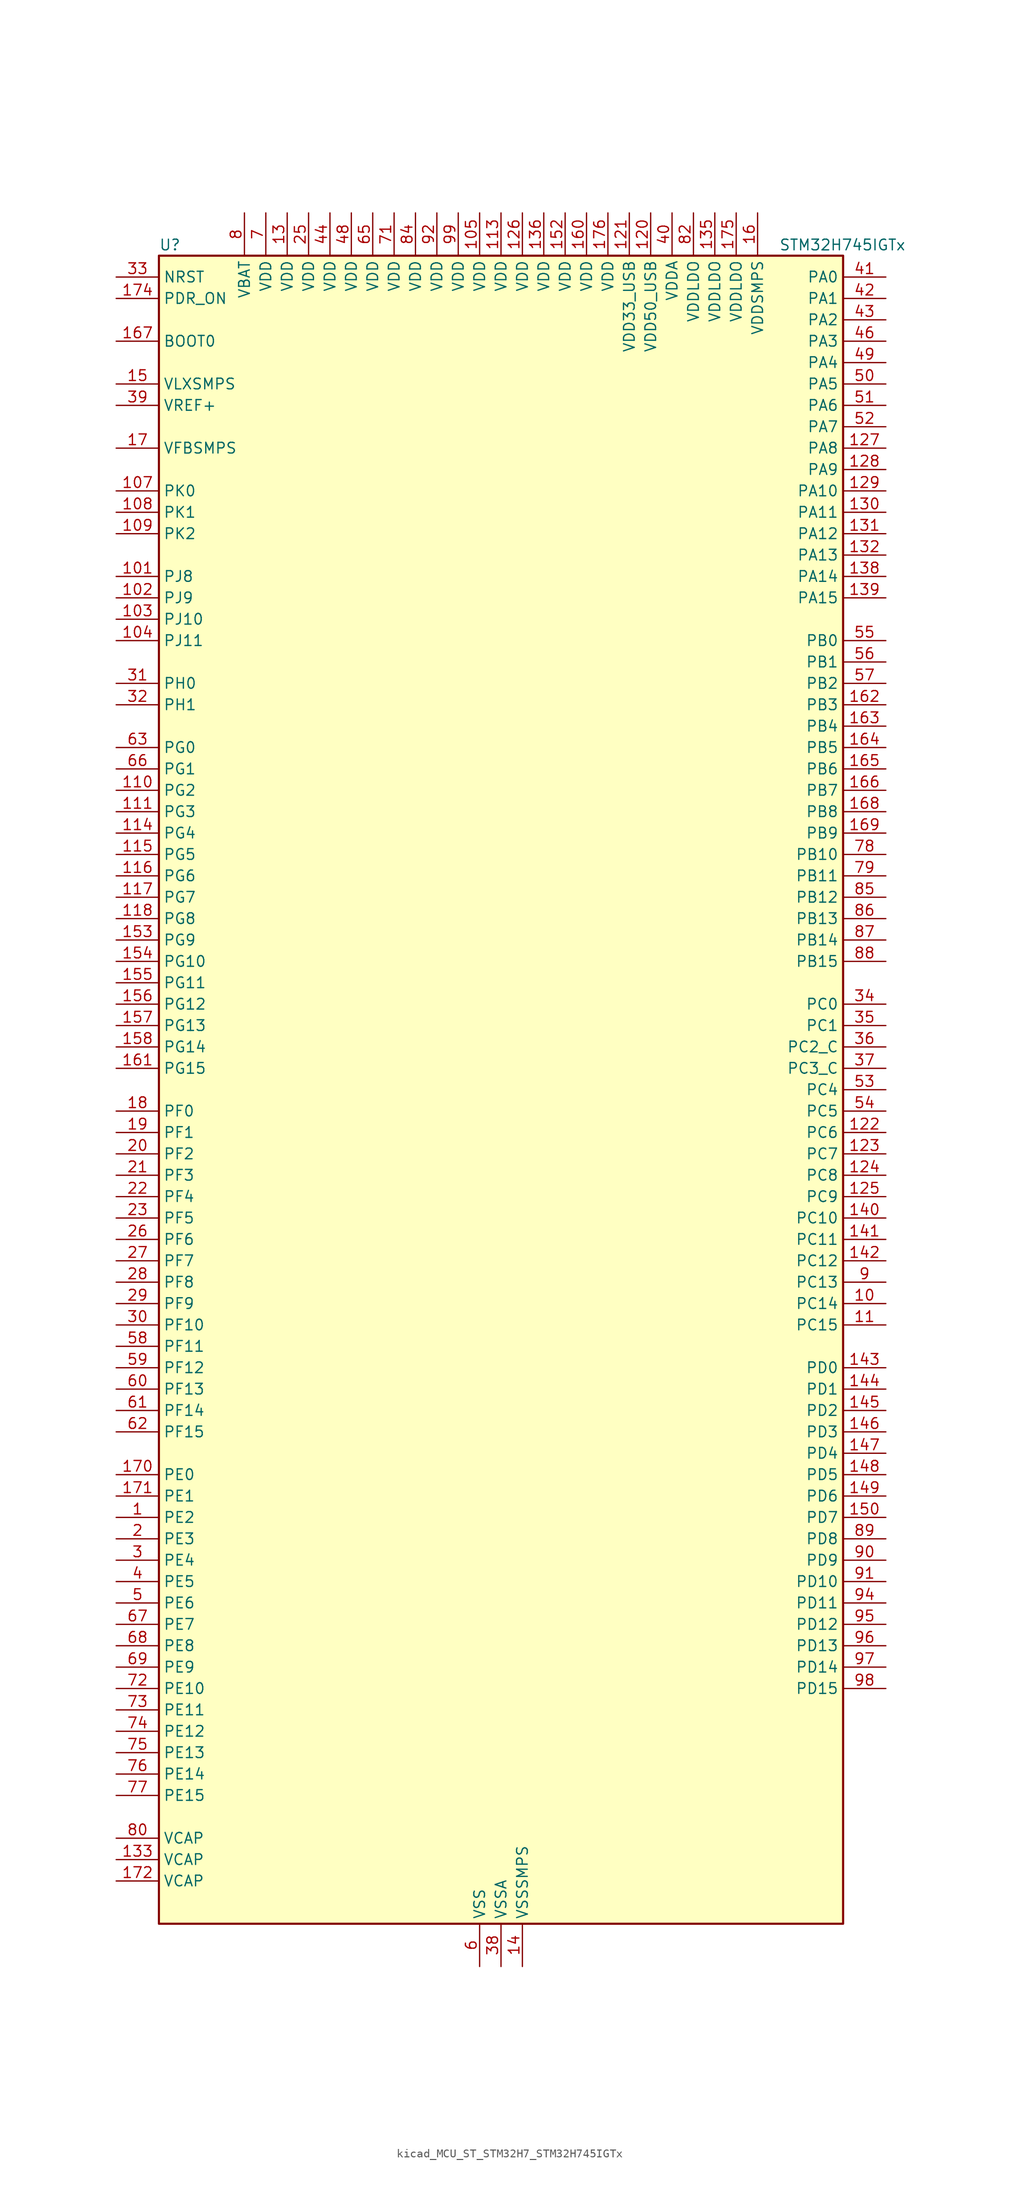
<source format=kicad_sym>
(kicad_symbol_lib
  (version 20220914)
  (generator kicad_symbol_editor)
  (symbol "kicad_MCU_ST_STM32H7_STM32H745IGTx"
    (property "Reference" "U"
      (at -40.64 100.33 0)
      (effects (font (size 1.27 1.27)) (justify left)))
    (property "Value" "STM32H745IGTx"
      (at 33.02 100.33 0)
      (effects (font (size 1.27 1.27)) (justify left)))
    (property "ki_locked" ""
      (at 0 0 0)
      (effects (font (size 1.27 1.27))))
    (symbol "kicad_MCU_ST_STM32H7_STM32H745IGTx_0_1"
      (rectangle (start -40.64 -99.06) (end 40.64 99.06) (stroke (width 0.254) (type default)) (fill (type background))))
    (symbol "kicad_MCU_ST_STM32H7_STM32H745IGTx_1_1"
      (pin bidirectional line (at -45.72 -50.8 0) (length 5.08) (name "PE2" (effects (font (size 1.27 1.27)))) (number "1" (effects (font (size 1.27 1.27)))) (alternate "DEBUG_TRACECLK" bidirectional line) (alternate "ETH_TXD3" bidirectional line) (alternate "FMC_A23" bidirectional line) (alternate "QUADSPI_BK1_IO2" bidirectional line) (alternate "SAI1_CK1" bidirectional line) (alternate "SAI1_MCLK_A" bidirectional line) (alternate "SAI4_CK1" bidirectional line) (alternate "SAI4_MCLK_A" bidirectional line) (alternate "SPI4_SCK" bidirectional line))
      (pin bidirectional line (at 45.72 -25.4 180) (length 5.08) (name "PC14" (effects (font (size 1.27 1.27)))) (number "10" (effects (font (size 1.27 1.27)))) (alternate "RCC_OSC32_IN" bidirectional line))
      (pin passive line (at -2.54 -104.14 90) (length 5.08) hide (name "VSS" (effects (font (size 1.27 1.27)))) (number "100" (effects (font (size 1.27 1.27)))))
      (pin bidirectional line (at -45.72 60.96 0) (length 5.08) (name "PJ8" (effects (font (size 1.27 1.27)))) (number "101" (effects (font (size 1.27 1.27)))) (alternate "LTDC_G1" bidirectional line) (alternate "TIM1_CH3N" bidirectional line) (alternate "TIM8_CH1" bidirectional line) (alternate "UART8_TX" bidirectional line))
      (pin bidirectional line (at -45.72 58.42 0) (length 5.08) (name "PJ9" (effects (font (size 1.27 1.27)))) (number "102" (effects (font (size 1.27 1.27)))) (alternate "DAC1_EXTI9" bidirectional line) (alternate "LTDC_G2" bidirectional line) (alternate "TIM1_CH3" bidirectional line) (alternate "TIM8_CH1N" bidirectional line) (alternate "UART8_RX" bidirectional line))
      (pin bidirectional line (at -45.72 55.88 0) (length 5.08) (name "PJ10" (effects (font (size 1.27 1.27)))) (number "103" (effects (font (size 1.27 1.27)))) (alternate "LTDC_G3" bidirectional line) (alternate "SPI5_MOSI" bidirectional line) (alternate "TIM1_CH2N" bidirectional line) (alternate "TIM8_CH2" bidirectional line))
      (pin bidirectional line (at -45.72 53.34 0) (length 5.08) (name "PJ11" (effects (font (size 1.27 1.27)))) (number "104" (effects (font (size 1.27 1.27)))) (alternate "ADC1_EXTI11" bidirectional line) (alternate "ADC2_EXTI11" bidirectional line) (alternate "ADC3_EXTI11" bidirectional line) (alternate "LTDC_G4" bidirectional line) (alternate "SPI5_MISO" bidirectional line) (alternate "TIM1_CH2" bidirectional line) (alternate "TIM8_CH2N" bidirectional line))
      (pin power_in line (at -2.54 104.14 270) (length 5.08) (name "VDD" (effects (font (size 1.27 1.27)))) (number "105" (effects (font (size 1.27 1.27)))))
      (pin passive line (at -2.54 -104.14 90) (length 5.08) hide (name "VSS" (effects (font (size 1.27 1.27)))) (number "106" (effects (font (size 1.27 1.27)))))
      (pin bidirectional line (at -45.72 71.12 0) (length 5.08) (name "PK0" (effects (font (size 1.27 1.27)))) (number "107" (effects (font (size 1.27 1.27)))) (alternate "LTDC_G5" bidirectional line) (alternate "SPI5_SCK" bidirectional line) (alternate "TIM1_CH1N" bidirectional line) (alternate "TIM8_CH3" bidirectional line))
      (pin bidirectional line (at -45.72 68.58 0) (length 5.08) (name "PK1" (effects (font (size 1.27 1.27)))) (number "108" (effects (font (size 1.27 1.27)))) (alternate "LTDC_G6" bidirectional line) (alternate "SPI5_NSS" bidirectional line) (alternate "TIM1_CH1" bidirectional line) (alternate "TIM8_CH3N" bidirectional line))
      (pin bidirectional line (at -45.72 66.04 0) (length 5.08) (name "PK2" (effects (font (size 1.27 1.27)))) (number "109" (effects (font (size 1.27 1.27)))) (alternate "LTDC_G7" bidirectional line) (alternate "TIM1_BKIN" bidirectional line) (alternate "TIM1_BKIN_COMP1" bidirectional line) (alternate "TIM1_BKIN_COMP2" bidirectional line) (alternate "TIM8_BKIN" bidirectional line) (alternate "TIM8_BKIN_COMP1" bidirectional line) (alternate "TIM8_BKIN_COMP2" bidirectional line))
      (pin bidirectional line (at 45.72 -27.94 180) (length 5.08) (name "PC15" (effects (font (size 1.27 1.27)))) (number "11" (effects (font (size 1.27 1.27)))) (alternate "ADC1_EXTI15" bidirectional line) (alternate "ADC2_EXTI15" bidirectional line) (alternate "ADC3_EXTI15" bidirectional line) (alternate "RCC_OSC32_OUT" bidirectional line))
      (pin bidirectional line (at -45.72 35.56 0) (length 5.08) (name "PG2" (effects (font (size 1.27 1.27)))) (number "110" (effects (font (size 1.27 1.27)))) (alternate "FMC_A12" bidirectional line) (alternate "TIM8_BKIN" bidirectional line) (alternate "TIM8_BKIN_COMP1" bidirectional line) (alternate "TIM8_BKIN_COMP2" bidirectional line))
      (pin bidirectional line (at -45.72 33.02 0) (length 5.08) (name "PG3" (effects (font (size 1.27 1.27)))) (number "111" (effects (font (size 1.27 1.27)))) (alternate "FMC_A13" bidirectional line) (alternate "TIM8_BKIN2" bidirectional line) (alternate "TIM8_BKIN2_COMP1" bidirectional line) (alternate "TIM8_BKIN2_COMP2" bidirectional line))
      (pin passive line (at -2.54 -104.14 90) (length 5.08) hide (name "VSS" (effects (font (size 1.27 1.27)))) (number "112" (effects (font (size 1.27 1.27)))))
      (pin power_in line (at 0 104.14 270) (length 5.08) (name "VDD" (effects (font (size 1.27 1.27)))) (number "113" (effects (font (size 1.27 1.27)))))
      (pin bidirectional line (at -45.72 30.48 0) (length 5.08) (name "PG4" (effects (font (size 1.27 1.27)))) (number "114" (effects (font (size 1.27 1.27)))) (alternate "FMC_A14" bidirectional line) (alternate "FMC_BA0" bidirectional line) (alternate "TIM1_BKIN2" bidirectional line) (alternate "TIM1_BKIN2_COMP1" bidirectional line) (alternate "TIM1_BKIN2_COMP2" bidirectional line))
      (pin bidirectional line (at -45.72 27.94 0) (length 5.08) (name "PG5" (effects (font (size 1.27 1.27)))) (number "115" (effects (font (size 1.27 1.27)))) (alternate "FMC_A15" bidirectional line) (alternate "FMC_BA1" bidirectional line) (alternate "TIM1_ETR" bidirectional line))
      (pin bidirectional line (at -45.72 25.4 0) (length 5.08) (name "PG6" (effects (font (size 1.27 1.27)))) (number "116" (effects (font (size 1.27 1.27)))) (alternate "DCMI_D12" bidirectional line) (alternate "FMC_NE3" bidirectional line) (alternate "HRTIM_CHE1" bidirectional line) (alternate "LTDC_R7" bidirectional line) (alternate "QUADSPI_BK1_NCS" bidirectional line) (alternate "TIM17_BKIN" bidirectional line))
      (pin bidirectional line (at -45.72 22.86 0) (length 5.08) (name "PG7" (effects (font (size 1.27 1.27)))) (number "117" (effects (font (size 1.27 1.27)))) (alternate "DCMI_D13" bidirectional line) (alternate "FMC_INT" bidirectional line) (alternate "HRTIM_CHE2" bidirectional line) (alternate "LTDC_CLK" bidirectional line) (alternate "SAI1_MCLK_A" bidirectional line) (alternate "USART6_CK" bidirectional line))
      (pin bidirectional line (at -45.72 20.32 0) (length 5.08) (name "PG8" (effects (font (size 1.27 1.27)))) (number "118" (effects (font (size 1.27 1.27)))) (alternate "ETH_PPS_OUT" bidirectional line) (alternate "FMC_SDCLK" bidirectional line) (alternate "LTDC_G7" bidirectional line) (alternate "SPDIFRX1_IN2" bidirectional line) (alternate "SPI6_NSS" bidirectional line) (alternate "TIM8_ETR" bidirectional line) (alternate "USART6_DE" bidirectional line) (alternate "USART6_RTS" bidirectional line))
      (pin passive line (at -2.54 -104.14 90) (length 5.08) hide (name "VSS" (effects (font (size 1.27 1.27)))) (number "119" (effects (font (size 1.27 1.27)))))
      (pin passive line (at -2.54 -104.14 90) (length 5.08) hide (name "VSS" (effects (font (size 1.27 1.27)))) (number "12" (effects (font (size 1.27 1.27)))))
      (pin power_in line (at 17.78 104.14 270) (length 5.08) (name "VDD50_USB" (effects (font (size 1.27 1.27)))) (number "120" (effects (font (size 1.27 1.27)))))
      (pin power_in line (at 15.24 104.14 270) (length 5.08) (name "VDD33_USB" (effects (font (size 1.27 1.27)))) (number "121" (effects (font (size 1.27 1.27)))))
      (pin bidirectional line (at 45.72 -5.08 180) (length 5.08) (name "PC6" (effects (font (size 1.27 1.27)))) (number "122" (effects (font (size 1.27 1.27)))) (alternate "DCMI_D0" bidirectional line) (alternate "DFSDM1_CKIN3" bidirectional line) (alternate "FMC_NWAIT" bidirectional line) (alternate "HRTIM_CHA1" bidirectional line) (alternate "I2S2_MCK" bidirectional line) (alternate "LTDC_HSYNC" bidirectional line) (alternate "SDMMC1_D0DIR" bidirectional line) (alternate "SDMMC1_D6" bidirectional line) (alternate "SDMMC2_D6" bidirectional line) (alternate "SWPMI1_IO" bidirectional line) (alternate "TIM3_CH1" bidirectional line) (alternate "TIM8_CH1" bidirectional line) (alternate "USART6_TX" bidirectional line))
      (pin bidirectional line (at 45.72 -7.62 180) (length 5.08) (name "PC7" (effects (font (size 1.27 1.27)))) (number "123" (effects (font (size 1.27 1.27)))) (alternate "DCMI_D1" bidirectional line) (alternate "DEBUG_TRGIO" bidirectional line) (alternate "DFSDM1_DATIN3" bidirectional line) (alternate "FMC_NE1" bidirectional line) (alternate "HRTIM_CHA2" bidirectional line) (alternate "I2S3_MCK" bidirectional line) (alternate "LTDC_G6" bidirectional line) (alternate "SDMMC1_D123DIR" bidirectional line) (alternate "SDMMC1_D7" bidirectional line) (alternate "SDMMC2_D7" bidirectional line) (alternate "SWPMI1_TX" bidirectional line) (alternate "TIM3_CH2" bidirectional line) (alternate "TIM8_CH2" bidirectional line) (alternate "USART6_RX" bidirectional line))
      (pin bidirectional line (at 45.72 -10.16 180) (length 5.08) (name "PC8" (effects (font (size 1.27 1.27)))) (number "124" (effects (font (size 1.27 1.27)))) (alternate "DCMI_D2" bidirectional line) (alternate "DEBUG_TRACED1" bidirectional line) (alternate "FMC_NCE" bidirectional line) (alternate "FMC_NE2" bidirectional line) (alternate "HRTIM_CHB1" bidirectional line) (alternate "SDMMC1_D0" bidirectional line) (alternate "SWPMI1_RX" bidirectional line) (alternate "TIM3_CH3" bidirectional line) (alternate "TIM8_CH3" bidirectional line) (alternate "UART5_DE" bidirectional line) (alternate "UART5_RTS" bidirectional line) (alternate "USART6_CK" bidirectional line))
      (pin bidirectional line (at 45.72 -12.7 180) (length 5.08) (name "PC9" (effects (font (size 1.27 1.27)))) (number "125" (effects (font (size 1.27 1.27)))) (alternate "DAC1_EXTI9" bidirectional line) (alternate "DCMI_D3" bidirectional line) (alternate "I2C3_SDA" bidirectional line) (alternate "I2S_CKIN" bidirectional line) (alternate "LTDC_B2" bidirectional line) (alternate "LTDC_G3" bidirectional line) (alternate "QUADSPI_BK1_IO0" bidirectional line) (alternate "RCC_MCO_2" bidirectional line) (alternate "SDMMC1_D1" bidirectional line) (alternate "SWPMI1_SUSPEND" bidirectional line) (alternate "TIM3_CH4" bidirectional line) (alternate "TIM8_CH4" bidirectional line) (alternate "UART5_CTS" bidirectional line))
      (pin power_in line (at 2.54 104.14 270) (length 5.08) (name "VDD" (effects (font (size 1.27 1.27)))) (number "126" (effects (font (size 1.27 1.27)))))
      (pin bidirectional line (at 45.72 76.2 180) (length 5.08) (name "PA8" (effects (font (size 1.27 1.27)))) (number "127" (effects (font (size 1.27 1.27)))) (alternate "HRTIM_CHB2" bidirectional line) (alternate "I2C3_SCL" bidirectional line) (alternate "LTDC_B3" bidirectional line) (alternate "LTDC_R6" bidirectional line) (alternate "RCC_MCO_1" bidirectional line) (alternate "TIM1_CH1" bidirectional line) (alternate "TIM8_BKIN2" bidirectional line) (alternate "TIM8_BKIN2_COMP1" bidirectional line) (alternate "TIM8_BKIN2_COMP2" bidirectional line) (alternate "UART7_RX" bidirectional line) (alternate "USART1_CK" bidirectional line) (alternate "USB_OTG_FS_SOF" bidirectional line))
      (pin bidirectional line (at 45.72 73.66 180) (length 5.08) (name "PA9" (effects (font (size 1.27 1.27)))) (number "128" (effects (font (size 1.27 1.27)))) (alternate "DAC1_EXTI9" bidirectional line) (alternate "DCMI_D0" bidirectional line) (alternate "HRTIM_CHC1" bidirectional line) (alternate "I2C3_SMBA" bidirectional line) (alternate "I2S2_CK" bidirectional line) (alternate "LPUART1_TX" bidirectional line) (alternate "LTDC_R5" bidirectional line) (alternate "SPI2_SCK" bidirectional line) (alternate "TIM1_CH2" bidirectional line) (alternate "USART1_TX" bidirectional line) (alternate "USB_OTG_FS_VBUS" bidirectional line))
      (pin bidirectional line (at 45.72 71.12 180) (length 5.08) (name "PA10" (effects (font (size 1.27 1.27)))) (number "129" (effects (font (size 1.27 1.27)))) (alternate "DCMI_D1" bidirectional line) (alternate "HRTIM_CHC2" bidirectional line) (alternate "LPUART1_RX" bidirectional line) (alternate "LTDC_B1" bidirectional line) (alternate "LTDC_B4" bidirectional line) (alternate "MDIOS_MDIO" bidirectional line) (alternate "TIM1_CH3" bidirectional line) (alternate "USART1_RX" bidirectional line) (alternate "USB_OTG_FS_ID" bidirectional line))
      (pin power_in line (at -25.4 104.14 270) (length 5.08) (name "VDD" (effects (font (size 1.27 1.27)))) (number "13" (effects (font (size 1.27 1.27)))))
      (pin bidirectional line (at 45.72 68.58 180) (length 5.08) (name "PA11" (effects (font (size 1.27 1.27)))) (number "130" (effects (font (size 1.27 1.27)))) (alternate "ADC1_EXTI11" bidirectional line) (alternate "ADC2_EXTI11" bidirectional line) (alternate "ADC3_EXTI11" bidirectional line) (alternate "FDCAN1_RX" bidirectional line) (alternate "HRTIM_CHD1" bidirectional line) (alternate "I2S2_WS" bidirectional line) (alternate "LPUART1_CTS" bidirectional line) (alternate "LTDC_R4" bidirectional line) (alternate "SPI2_NSS" bidirectional line) (alternate "TIM1_CH4" bidirectional line) (alternate "UART4_RX" bidirectional line) (alternate "USART1_CTS" bidirectional line) (alternate "USART1_NSS" bidirectional line) (alternate "USB_OTG_FS_DM" bidirectional line))
      (pin bidirectional line (at 45.72 66.04 180) (length 5.08) (name "PA12" (effects (font (size 1.27 1.27)))) (number "131" (effects (font (size 1.27 1.27)))) (alternate "FDCAN1_TX" bidirectional line) (alternate "HRTIM_CHD2" bidirectional line) (alternate "I2S2_CK" bidirectional line) (alternate "LPUART1_DE" bidirectional line) (alternate "LPUART1_RTS" bidirectional line) (alternate "LTDC_R5" bidirectional line) (alternate "SAI2_FS_B" bidirectional line) (alternate "SPI2_SCK" bidirectional line) (alternate "TIM1_ETR" bidirectional line) (alternate "UART4_TX" bidirectional line) (alternate "USART1_DE" bidirectional line) (alternate "USART1_RTS" bidirectional line) (alternate "USB_OTG_FS_DP" bidirectional line))
      (pin bidirectional line (at 45.72 63.5 180) (length 5.08) (name "PA13" (effects (font (size 1.27 1.27)))) (number "132" (effects (font (size 1.27 1.27)))) (alternate "DEBUG_JTMS-SWDIO" bidirectional line))
      (pin power_out line (at -45.72 -91.44 0) (length 5.08) (name "VCAP" (effects (font (size 1.27 1.27)))) (number "133" (effects (font (size 1.27 1.27)))))
      (pin passive line (at -2.54 -104.14 90) (length 5.08) hide (name "VSS" (effects (font (size 1.27 1.27)))) (number "134" (effects (font (size 1.27 1.27)))))
      (pin power_in line (at 25.4 104.14 270) (length 5.08) (name "VDDLDO" (effects (font (size 1.27 1.27)))) (number "135" (effects (font (size 1.27 1.27)))))
      (pin power_in line (at 5.08 104.14 270) (length 5.08) (name "VDD" (effects (font (size 1.27 1.27)))) (number "136" (effects (font (size 1.27 1.27)))))
      (pin passive line (at -2.54 -104.14 90) (length 5.08) hide (name "VSS" (effects (font (size 1.27 1.27)))) (number "137" (effects (font (size 1.27 1.27)))))
      (pin bidirectional line (at 45.72 60.96 180) (length 5.08) (name "PA14" (effects (font (size 1.27 1.27)))) (number "138" (effects (font (size 1.27 1.27)))) (alternate "DEBUG_JTCK-SWCLK" bidirectional line))
      (pin bidirectional line (at 45.72 58.42 180) (length 5.08) (name "PA15" (effects (font (size 1.27 1.27)))) (number "139" (effects (font (size 1.27 1.27)))) (alternate "ADC1_EXTI15" bidirectional line) (alternate "ADC2_EXTI15" bidirectional line) (alternate "ADC3_EXTI15" bidirectional line) (alternate "CEC" bidirectional line) (alternate "DEBUG_JTDI" bidirectional line) (alternate "HRTIM_FLT1" bidirectional line) (alternate "I2S1_WS" bidirectional line) (alternate "I2S3_WS" bidirectional line) (alternate "SPI1_NSS" bidirectional line) (alternate "SPI3_NSS" bidirectional line) (alternate "SPI6_NSS" bidirectional line) (alternate "TIM2_CH1" bidirectional line) (alternate "TIM2_ETR" bidirectional line) (alternate "UART4_DE" bidirectional line) (alternate "UART4_RTS" bidirectional line) (alternate "UART7_TX" bidirectional line))
      (pin power_in line (at 2.54 -104.14 90) (length 5.08) (name "VSSSMPS" (effects (font (size 1.27 1.27)))) (number "14" (effects (font (size 1.27 1.27)))))
      (pin bidirectional line (at 45.72 -15.24 180) (length 5.08) (name "PC10" (effects (font (size 1.27 1.27)))) (number "140" (effects (font (size 1.27 1.27)))) (alternate "DCMI_D8" bidirectional line) (alternate "DFSDM1_CKIN5" bidirectional line) (alternate "HRTIM_EEV1" bidirectional line) (alternate "I2S3_CK" bidirectional line) (alternate "LTDC_R2" bidirectional line) (alternate "QUADSPI_BK1_IO1" bidirectional line) (alternate "SDMMC1_D2" bidirectional line) (alternate "SPI3_SCK" bidirectional line) (alternate "UART4_TX" bidirectional line) (alternate "USART3_TX" bidirectional line))
      (pin bidirectional line (at 45.72 -17.78 180) (length 5.08) (name "PC11" (effects (font (size 1.27 1.27)))) (number "141" (effects (font (size 1.27 1.27)))) (alternate "ADC1_EXTI11" bidirectional line) (alternate "ADC2_EXTI11" bidirectional line) (alternate "ADC3_EXTI11" bidirectional line) (alternate "DCMI_D4" bidirectional line) (alternate "DFSDM1_DATIN5" bidirectional line) (alternate "HRTIM_FLT2" bidirectional line) (alternate "I2S3_SDI" bidirectional line) (alternate "QUADSPI_BK2_NCS" bidirectional line) (alternate "SDMMC1_D3" bidirectional line) (alternate "SPI3_MISO" bidirectional line) (alternate "UART4_RX" bidirectional line) (alternate "USART3_RX" bidirectional line))
      (pin bidirectional line (at 45.72 -20.32 180) (length 5.08) (name "PC12" (effects (font (size 1.27 1.27)))) (number "142" (effects (font (size 1.27 1.27)))) (alternate "DCMI_D9" bidirectional line) (alternate "DEBUG_TRACED3" bidirectional line) (alternate "HRTIM_EEV2" bidirectional line) (alternate "I2S3_SDO" bidirectional line) (alternate "SDMMC1_CK" bidirectional line) (alternate "SPI3_MOSI" bidirectional line) (alternate "UART5_TX" bidirectional line) (alternate "USART3_CK" bidirectional line))
      (pin bidirectional line (at 45.72 -33.02 180) (length 5.08) (name "PD0" (effects (font (size 1.27 1.27)))) (number "143" (effects (font (size 1.27 1.27)))) (alternate "DFSDM1_CKIN6" bidirectional line) (alternate "FDCAN1_RX" bidirectional line) (alternate "FMC_D2" bidirectional line) (alternate "FMC_DA2" bidirectional line) (alternate "SAI3_SCK_A" bidirectional line) (alternate "UART4_RX" bidirectional line))
      (pin bidirectional line (at 45.72 -35.56 180) (length 5.08) (name "PD1" (effects (font (size 1.27 1.27)))) (number "144" (effects (font (size 1.27 1.27)))) (alternate "DFSDM1_DATIN6" bidirectional line) (alternate "FDCAN1_TX" bidirectional line) (alternate "FMC_D3" bidirectional line) (alternate "FMC_DA3" bidirectional line) (alternate "SAI3_SD_A" bidirectional line) (alternate "UART4_TX" bidirectional line))
      (pin bidirectional line (at 45.72 -38.1 180) (length 5.08) (name "PD2" (effects (font (size 1.27 1.27)))) (number "145" (effects (font (size 1.27 1.27)))) (alternate "DCMI_D11" bidirectional line) (alternate "DEBUG_TRACED2" bidirectional line) (alternate "SDMMC1_CMD" bidirectional line) (alternate "TIM3_ETR" bidirectional line) (alternate "UART5_RX" bidirectional line))
      (pin bidirectional line (at 45.72 -40.64 180) (length 5.08) (name "PD3" (effects (font (size 1.27 1.27)))) (number "146" (effects (font (size 1.27 1.27)))) (alternate "DCMI_D5" bidirectional line) (alternate "DFSDM1_CKOUT" bidirectional line) (alternate "FMC_CLK" bidirectional line) (alternate "I2S2_CK" bidirectional line) (alternate "LTDC_G7" bidirectional line) (alternate "SPI2_SCK" bidirectional line) (alternate "USART2_CTS" bidirectional line) (alternate "USART2_NSS" bidirectional line))
      (pin bidirectional line (at 45.72 -43.18 180) (length 5.08) (name "PD4" (effects (font (size 1.27 1.27)))) (number "147" (effects (font (size 1.27 1.27)))) (alternate "FMC_NOE" bidirectional line) (alternate "HRTIM_FLT3" bidirectional line) (alternate "SAI3_FS_A" bidirectional line) (alternate "USART2_DE" bidirectional line) (alternate "USART2_RTS" bidirectional line))
      (pin bidirectional line (at 45.72 -45.72 180) (length 5.08) (name "PD5" (effects (font (size 1.27 1.27)))) (number "148" (effects (font (size 1.27 1.27)))) (alternate "FMC_NWE" bidirectional line) (alternate "HRTIM_EEV3" bidirectional line) (alternate "USART2_TX" bidirectional line))
      (pin bidirectional line (at 45.72 -48.26 180) (length 5.08) (name "PD6" (effects (font (size 1.27 1.27)))) (number "149" (effects (font (size 1.27 1.27)))) (alternate "DCMI_D10" bidirectional line) (alternate "DFSDM1_CKIN4" bidirectional line) (alternate "DFSDM1_DATIN1" bidirectional line) (alternate "FMC_NWAIT" bidirectional line) (alternate "I2S3_SDO" bidirectional line) (alternate "LTDC_B2" bidirectional line) (alternate "SAI1_D1" bidirectional line) (alternate "SAI1_SD_A" bidirectional line) (alternate "SAI4_D1" bidirectional line) (alternate "SAI4_SD_A" bidirectional line) (alternate "SDMMC2_CK" bidirectional line) (alternate "SPI3_MOSI" bidirectional line) (alternate "USART2_RX" bidirectional line))
      (pin power_in line (at -45.72 83.82 0) (length 5.08) (name "VLXSMPS" (effects (font (size 1.27 1.27)))) (number "15" (effects (font (size 1.27 1.27)))))
      (pin bidirectional line (at 45.72 -50.8 180) (length 5.08) (name "PD7" (effects (font (size 1.27 1.27)))) (number "150" (effects (font (size 1.27 1.27)))) (alternate "DFSDM1_CKIN1" bidirectional line) (alternate "DFSDM1_DATIN4" bidirectional line) (alternate "FMC_NE1" bidirectional line) (alternate "I2S1_SDO" bidirectional line) (alternate "SDMMC2_CMD" bidirectional line) (alternate "SPDIFRX1_IN0" bidirectional line) (alternate "SPI1_MOSI" bidirectional line) (alternate "USART2_CK" bidirectional line))
      (pin passive line (at -2.54 -104.14 90) (length 5.08) hide (name "VSS" (effects (font (size 1.27 1.27)))) (number "151" (effects (font (size 1.27 1.27)))))
      (pin power_in line (at 7.62 104.14 270) (length 5.08) (name "VDD" (effects (font (size 1.27 1.27)))) (number "152" (effects (font (size 1.27 1.27)))))
      (pin bidirectional line (at -45.72 17.78 0) (length 5.08) (name "PG9" (effects (font (size 1.27 1.27)))) (number "153" (effects (font (size 1.27 1.27)))) (alternate "DAC1_EXTI9" bidirectional line) (alternate "DCMI_VSYNC" bidirectional line) (alternate "FMC_NCE" bidirectional line) (alternate "FMC_NE2" bidirectional line) (alternate "I2S1_SDI" bidirectional line) (alternate "QUADSPI_BK2_IO2" bidirectional line) (alternate "SAI2_FS_B" bidirectional line) (alternate "SPDIFRX1_IN3" bidirectional line) (alternate "SPI1_MISO" bidirectional line) (alternate "USART6_RX" bidirectional line))
      (pin bidirectional line (at -45.72 15.24 0) (length 5.08) (name "PG10" (effects (font (size 1.27 1.27)))) (number "154" (effects (font (size 1.27 1.27)))) (alternate "DCMI_D2" bidirectional line) (alternate "FMC_NE3" bidirectional line) (alternate "HRTIM_FLT5" bidirectional line) (alternate "I2S1_WS" bidirectional line) (alternate "LTDC_B2" bidirectional line) (alternate "LTDC_G3" bidirectional line) (alternate "SAI2_SD_B" bidirectional line) (alternate "SPI1_NSS" bidirectional line))
      (pin bidirectional line (at -45.72 12.7 0) (length 5.08) (name "PG11" (effects (font (size 1.27 1.27)))) (number "155" (effects (font (size 1.27 1.27)))) (alternate "ADC1_EXTI11" bidirectional line) (alternate "ADC2_EXTI11" bidirectional line) (alternate "ADC3_EXTI11" bidirectional line) (alternate "DCMI_D3" bidirectional line) (alternate "ETH_TX_EN" bidirectional line) (alternate "HRTIM_EEV4" bidirectional line) (alternate "I2S1_CK" bidirectional line) (alternate "LPTIM1_IN2" bidirectional line) (alternate "LTDC_B3" bidirectional line) (alternate "SDMMC2_D2" bidirectional line) (alternate "SPDIFRX1_IN0" bidirectional line) (alternate "SPI1_SCK" bidirectional line))
      (pin bidirectional line (at -45.72 10.16 0) (length 5.08) (name "PG12" (effects (font (size 1.27 1.27)))) (number "156" (effects (font (size 1.27 1.27)))) (alternate "ETH_TXD1" bidirectional line) (alternate "FMC_NE4" bidirectional line) (alternate "HRTIM_EEV5" bidirectional line) (alternate "LPTIM1_IN1" bidirectional line) (alternate "LTDC_B1" bidirectional line) (alternate "LTDC_B4" bidirectional line) (alternate "SPDIFRX1_IN1" bidirectional line) (alternate "SPI6_MISO" bidirectional line) (alternate "USART6_DE" bidirectional line) (alternate "USART6_RTS" bidirectional line))
      (pin bidirectional line (at -45.72 7.62 0) (length 5.08) (name "PG13" (effects (font (size 1.27 1.27)))) (number "157" (effects (font (size 1.27 1.27)))) (alternate "DEBUG_TRACED0" bidirectional line) (alternate "ETH_TXD0" bidirectional line) (alternate "FMC_A24" bidirectional line) (alternate "HRTIM_EEV10" bidirectional line) (alternate "LPTIM1_OUT" bidirectional line) (alternate "LTDC_R0" bidirectional line) (alternate "SPI6_SCK" bidirectional line) (alternate "USART6_CTS" bidirectional line) (alternate "USART6_NSS" bidirectional line))
      (pin bidirectional line (at -45.72 5.08 0) (length 5.08) (name "PG14" (effects (font (size 1.27 1.27)))) (number "158" (effects (font (size 1.27 1.27)))) (alternate "DEBUG_TRACED1" bidirectional line) (alternate "ETH_TXD1" bidirectional line) (alternate "FMC_A25" bidirectional line) (alternate "LPTIM1_ETR" bidirectional line) (alternate "LTDC_B0" bidirectional line) (alternate "QUADSPI_BK2_IO3" bidirectional line) (alternate "SPI6_MOSI" bidirectional line) (alternate "USART6_TX" bidirectional line))
      (pin passive line (at -2.54 -104.14 90) (length 5.08) hide (name "VSS" (effects (font (size 1.27 1.27)))) (number "159" (effects (font (size 1.27 1.27)))))
      (pin power_in line (at 30.48 104.14 270) (length 5.08) (name "VDDSMPS" (effects (font (size 1.27 1.27)))) (number "16" (effects (font (size 1.27 1.27)))))
      (pin power_in line (at 10.16 104.14 270) (length 5.08) (name "VDD" (effects (font (size 1.27 1.27)))) (number "160" (effects (font (size 1.27 1.27)))))
      (pin bidirectional line (at -45.72 2.54 0) (length 5.08) (name "PG15" (effects (font (size 1.27 1.27)))) (number "161" (effects (font (size 1.27 1.27)))) (alternate "ADC1_EXTI15" bidirectional line) (alternate "ADC2_EXTI15" bidirectional line) (alternate "ADC3_EXTI15" bidirectional line) (alternate "DCMI_D13" bidirectional line) (alternate "FMC_SDNCAS" bidirectional line) (alternate "USART6_CTS" bidirectional line) (alternate "USART6_NSS" bidirectional line))
      (pin bidirectional line (at 45.72 45.72 180) (length 5.08) (name "PB3" (effects (font (size 1.27 1.27)))) (number "162" (effects (font (size 1.27 1.27)))) (alternate "CRS_SYNC" bidirectional line) (alternate "DEBUG_JTDO-SWO" bidirectional line) (alternate "HRTIM_FLT4" bidirectional line) (alternate "I2S1_CK" bidirectional line) (alternate "I2S3_CK" bidirectional line) (alternate "SDMMC2_D2" bidirectional line) (alternate "SPI1_SCK" bidirectional line) (alternate "SPI3_SCK" bidirectional line) (alternate "SPI6_SCK" bidirectional line) (alternate "TIM2_CH2" bidirectional line) (alternate "UART7_RX" bidirectional line))
      (pin bidirectional line (at 45.72 43.18 180) (length 5.08) (name "PB4" (effects (font (size 1.27 1.27)))) (number "163" (effects (font (size 1.27 1.27)))) (alternate "DEBUG_JTRST" bidirectional line) (alternate "HRTIM_EEV6" bidirectional line) (alternate "I2S1_SDI" bidirectional line) (alternate "I2S2_WS" bidirectional line) (alternate "I2S3_SDI" bidirectional line) (alternate "SDMMC2_D3" bidirectional line) (alternate "SPI1_MISO" bidirectional line) (alternate "SPI2_NSS" bidirectional line) (alternate "SPI3_MISO" bidirectional line) (alternate "SPI6_MISO" bidirectional line) (alternate "TIM16_BKIN" bidirectional line) (alternate "TIM3_CH1" bidirectional line) (alternate "UART7_TX" bidirectional line))
      (pin bidirectional line (at 45.72 40.64 180) (length 5.08) (name "PB5" (effects (font (size 1.27 1.27)))) (number "164" (effects (font (size 1.27 1.27)))) (alternate "DCMI_D10" bidirectional line) (alternate "ETH_PPS_OUT" bidirectional line) (alternate "FDCAN2_RX" bidirectional line) (alternate "FMC_SDCKE1" bidirectional line) (alternate "HRTIM_EEV7" bidirectional line) (alternate "I2C1_SMBA" bidirectional line) (alternate "I2C4_SMBA" bidirectional line) (alternate "I2S1_SDO" bidirectional line) (alternate "I2S3_SDO" bidirectional line) (alternate "SPI1_MOSI" bidirectional line) (alternate "SPI3_MOSI" bidirectional line) (alternate "SPI6_MOSI" bidirectional line) (alternate "TIM17_BKIN" bidirectional line) (alternate "TIM3_CH2" bidirectional line) (alternate "UART5_RX" bidirectional line) (alternate "USB_OTG_HS_ULPI_D7" bidirectional line))
      (pin bidirectional line (at 45.72 38.1 180) (length 5.08) (name "PB6" (effects (font (size 1.27 1.27)))) (number "165" (effects (font (size 1.27 1.27)))) (alternate "CEC" bidirectional line) (alternate "DCMI_D5" bidirectional line) (alternate "DFSDM1_DATIN5" bidirectional line) (alternate "FDCAN2_TX" bidirectional line) (alternate "FMC_SDNE1" bidirectional line) (alternate "HRTIM_EEV8" bidirectional line) (alternate "I2C1_SCL" bidirectional line) (alternate "I2C4_SCL" bidirectional line) (alternate "LPUART1_TX" bidirectional line) (alternate "QUADSPI_BK1_NCS" bidirectional line) (alternate "TIM16_CH1N" bidirectional line) (alternate "TIM4_CH1" bidirectional line) (alternate "UART5_TX" bidirectional line) (alternate "USART1_TX" bidirectional line))
      (pin bidirectional line (at 45.72 35.56 180) (length 5.08) (name "PB7" (effects (font (size 1.27 1.27)))) (number "166" (effects (font (size 1.27 1.27)))) (alternate "DCMI_VSYNC" bidirectional line) (alternate "DFSDM1_CKIN5" bidirectional line) (alternate "FMC_NL" bidirectional line) (alternate "HRTIM_EEV9" bidirectional line) (alternate "I2C1_SDA" bidirectional line) (alternate "I2C4_SDA" bidirectional line) (alternate "LPUART1_RX" bidirectional line) (alternate "PWR_PVD_IN" bidirectional line) (alternate "TIM17_CH1N" bidirectional line) (alternate "TIM4_CH2" bidirectional line) (alternate "USART1_RX" bidirectional line))
      (pin input line (at -45.72 88.9 0) (length 5.08) (name "BOOT0" (effects (font (size 1.27 1.27)))) (number "167" (effects (font (size 1.27 1.27)))))
      (pin bidirectional line (at 45.72 33.02 180) (length 5.08) (name "PB8" (effects (font (size 1.27 1.27)))) (number "168" (effects (font (size 1.27 1.27)))) (alternate "DCMI_D6" bidirectional line) (alternate "DFSDM1_CKIN7" bidirectional line) (alternate "ETH_TXD3" bidirectional line) (alternate "FDCAN1_RX" bidirectional line) (alternate "I2C1_SCL" bidirectional line) (alternate "I2C4_SCL" bidirectional line) (alternate "LTDC_B6" bidirectional line) (alternate "SDMMC1_CKIN" bidirectional line) (alternate "SDMMC1_D4" bidirectional line) (alternate "SDMMC2_D4" bidirectional line) (alternate "TIM16_CH1" bidirectional line) (alternate "TIM4_CH3" bidirectional line) (alternate "UART4_RX" bidirectional line))
      (pin bidirectional line (at 45.72 30.48 180) (length 5.08) (name "PB9" (effects (font (size 1.27 1.27)))) (number "169" (effects (font (size 1.27 1.27)))) (alternate "DAC1_EXTI9" bidirectional line) (alternate "DCMI_D7" bidirectional line) (alternate "DFSDM1_DATIN7" bidirectional line) (alternate "FDCAN1_TX" bidirectional line) (alternate "I2C1_SDA" bidirectional line) (alternate "I2C4_SDA" bidirectional line) (alternate "I2C4_SMBA" bidirectional line) (alternate "I2S2_WS" bidirectional line) (alternate "LTDC_B7" bidirectional line) (alternate "SDMMC1_CDIR" bidirectional line) (alternate "SDMMC1_D5" bidirectional line) (alternate "SDMMC2_D5" bidirectional line) (alternate "SPI2_NSS" bidirectional line) (alternate "TIM17_CH1" bidirectional line) (alternate "TIM4_CH4" bidirectional line) (alternate "UART4_TX" bidirectional line))
      (pin input line (at -45.72 76.2 0) (length 5.08) (name "VFBSMPS" (effects (font (size 1.27 1.27)))) (number "17" (effects (font (size 1.27 1.27)))))
      (pin bidirectional line (at -45.72 -45.72 0) (length 5.08) (name "PE0" (effects (font (size 1.27 1.27)))) (number "170" (effects (font (size 1.27 1.27)))) (alternate "DCMI_D2" bidirectional line) (alternate "FMC_NBL0" bidirectional line) (alternate "HRTIM_SCIN" bidirectional line) (alternate "LPTIM1_ETR" bidirectional line) (alternate "LPTIM2_ETR" bidirectional line) (alternate "SAI2_MCLK_A" bidirectional line) (alternate "TIM4_ETR" bidirectional line) (alternate "UART8_RX" bidirectional line))
      (pin bidirectional line (at -45.72 -48.26 0) (length 5.08) (name "PE1" (effects (font (size 1.27 1.27)))) (number "171" (effects (font (size 1.27 1.27)))) (alternate "DCMI_D3" bidirectional line) (alternate "FMC_NBL1" bidirectional line) (alternate "HRTIM_SCOUT" bidirectional line) (alternate "LPTIM1_IN2" bidirectional line) (alternate "UART8_TX" bidirectional line))
      (pin power_out line (at -45.72 -93.98 0) (length 5.08) (name "VCAP" (effects (font (size 1.27 1.27)))) (number "172" (effects (font (size 1.27 1.27)))))
      (pin passive line (at -2.54 -104.14 90) (length 5.08) hide (name "VSS" (effects (font (size 1.27 1.27)))) (number "173" (effects (font (size 1.27 1.27)))))
      (pin input line (at -45.72 93.98 0) (length 5.08) (name "PDR_ON" (effects (font (size 1.27 1.27)))) (number "174" (effects (font (size 1.27 1.27)))))
      (pin power_in line (at 27.94 104.14 270) (length 5.08) (name "VDDLDO" (effects (font (size 1.27 1.27)))) (number "175" (effects (font (size 1.27 1.27)))))
      (pin power_in line (at 12.7 104.14 270) (length 5.08) (name "VDD" (effects (font (size 1.27 1.27)))) (number "176" (effects (font (size 1.27 1.27)))))
      (pin bidirectional line (at -45.72 -2.54 0) (length 5.08) (name "PF0" (effects (font (size 1.27 1.27)))) (number "18" (effects (font (size 1.27 1.27)))) (alternate "FMC_A0" bidirectional line) (alternate "I2C2_SDA" bidirectional line))
      (pin bidirectional line (at -45.72 -5.08 0) (length 5.08) (name "PF1" (effects (font (size 1.27 1.27)))) (number "19" (effects (font (size 1.27 1.27)))) (alternate "FMC_A1" bidirectional line) (alternate "I2C2_SCL" bidirectional line))
      (pin bidirectional line (at -45.72 -53.34 0) (length 5.08) (name "PE3" (effects (font (size 1.27 1.27)))) (number "2" (effects (font (size 1.27 1.27)))) (alternate "DEBUG_TRACED0" bidirectional line) (alternate "FMC_A19" bidirectional line) (alternate "SAI1_SD_B" bidirectional line) (alternate "SAI4_SD_B" bidirectional line) (alternate "TIM15_BKIN" bidirectional line))
      (pin bidirectional line (at -45.72 -7.62 0) (length 5.08) (name "PF2" (effects (font (size 1.27 1.27)))) (number "20" (effects (font (size 1.27 1.27)))) (alternate "FMC_A2" bidirectional line) (alternate "I2C2_SMBA" bidirectional line))
      (pin bidirectional line (at -45.72 -10.16 0) (length 5.08) (name "PF3" (effects (font (size 1.27 1.27)))) (number "21" (effects (font (size 1.27 1.27)))) (alternate "ADC3_INP5" bidirectional line) (alternate "FMC_A3" bidirectional line))
      (pin bidirectional line (at -45.72 -12.7 0) (length 5.08) (name "PF4" (effects (font (size 1.27 1.27)))) (number "22" (effects (font (size 1.27 1.27)))) (alternate "ADC3_INN5" bidirectional line) (alternate "ADC3_INP9" bidirectional line) (alternate "FMC_A4" bidirectional line))
      (pin bidirectional line (at -45.72 -15.24 0) (length 5.08) (name "PF5" (effects (font (size 1.27 1.27)))) (number "23" (effects (font (size 1.27 1.27)))) (alternate "ADC3_INP4" bidirectional line) (alternate "FMC_A5" bidirectional line))
      (pin passive line (at -2.54 -104.14 90) (length 5.08) hide (name "VSS" (effects (font (size 1.27 1.27)))) (number "24" (effects (font (size 1.27 1.27)))))
      (pin power_in line (at -22.86 104.14 270) (length 5.08) (name "VDD" (effects (font (size 1.27 1.27)))) (number "25" (effects (font (size 1.27 1.27)))))
      (pin bidirectional line (at -45.72 -17.78 0) (length 5.08) (name "PF6" (effects (font (size 1.27 1.27)))) (number "26" (effects (font (size 1.27 1.27)))) (alternate "ADC3_INN4" bidirectional line) (alternate "ADC3_INP8" bidirectional line) (alternate "QUADSPI_BK1_IO3" bidirectional line) (alternate "SAI1_SD_B" bidirectional line) (alternate "SAI4_SD_B" bidirectional line) (alternate "SPI5_NSS" bidirectional line) (alternate "TIM16_CH1" bidirectional line) (alternate "UART7_RX" bidirectional line))
      (pin bidirectional line (at -45.72 -20.32 0) (length 5.08) (name "PF7" (effects (font (size 1.27 1.27)))) (number "27" (effects (font (size 1.27 1.27)))) (alternate "ADC3_INP3" bidirectional line) (alternate "QUADSPI_BK1_IO2" bidirectional line) (alternate "SAI1_MCLK_B" bidirectional line) (alternate "SAI4_MCLK_B" bidirectional line) (alternate "SPI5_SCK" bidirectional line) (alternate "TIM17_CH1" bidirectional line) (alternate "UART7_TX" bidirectional line))
      (pin bidirectional line (at -45.72 -22.86 0) (length 5.08) (name "PF8" (effects (font (size 1.27 1.27)))) (number "28" (effects (font (size 1.27 1.27)))) (alternate "ADC3_INN3" bidirectional line) (alternate "ADC3_INP7" bidirectional line) (alternate "QUADSPI_BK1_IO0" bidirectional line) (alternate "SAI1_SCK_B" bidirectional line) (alternate "SAI4_SCK_B" bidirectional line) (alternate "SPI5_MISO" bidirectional line) (alternate "TIM13_CH1" bidirectional line) (alternate "TIM16_CH1N" bidirectional line) (alternate "UART7_DE" bidirectional line) (alternate "UART7_RTS" bidirectional line))
      (pin bidirectional line (at -45.72 -25.4 0) (length 5.08) (name "PF9" (effects (font (size 1.27 1.27)))) (number "29" (effects (font (size 1.27 1.27)))) (alternate "ADC3_INP2" bidirectional line) (alternate "DAC1_EXTI9" bidirectional line) (alternate "QUADSPI_BK1_IO1" bidirectional line) (alternate "SAI1_FS_B" bidirectional line) (alternate "SAI4_FS_B" bidirectional line) (alternate "SPI5_MOSI" bidirectional line) (alternate "TIM14_CH1" bidirectional line) (alternate "TIM17_CH1N" bidirectional line) (alternate "UART7_CTS" bidirectional line))
      (pin bidirectional line (at -45.72 -55.88 0) (length 5.08) (name "PE4" (effects (font (size 1.27 1.27)))) (number "3" (effects (font (size 1.27 1.27)))) (alternate "DCMI_D4" bidirectional line) (alternate "DEBUG_TRACED1" bidirectional line) (alternate "DFSDM1_DATIN3" bidirectional line) (alternate "FMC_A20" bidirectional line) (alternate "LTDC_B0" bidirectional line) (alternate "SAI1_D2" bidirectional line) (alternate "SAI1_FS_A" bidirectional line) (alternate "SAI4_D2" bidirectional line) (alternate "SAI4_FS_A" bidirectional line) (alternate "SPI4_NSS" bidirectional line) (alternate "TIM15_CH1N" bidirectional line))
      (pin bidirectional line (at -45.72 -27.94 0) (length 5.08) (name "PF10" (effects (font (size 1.27 1.27)))) (number "30" (effects (font (size 1.27 1.27)))) (alternate "ADC3_INN2" bidirectional line) (alternate "ADC3_INP6" bidirectional line) (alternate "DCMI_D11" bidirectional line) (alternate "LTDC_DE" bidirectional line) (alternate "QUADSPI_CLK" bidirectional line) (alternate "SAI1_D3" bidirectional line) (alternate "SAI4_D3" bidirectional line) (alternate "TIM16_BKIN" bidirectional line))
      (pin bidirectional line (at -45.72 48.26 0) (length 5.08) (name "PH0" (effects (font (size 1.27 1.27)))) (number "31" (effects (font (size 1.27 1.27)))) (alternate "RCC_OSC_IN" bidirectional line))
      (pin bidirectional line (at -45.72 45.72 0) (length 5.08) (name "PH1" (effects (font (size 1.27 1.27)))) (number "32" (effects (font (size 1.27 1.27)))) (alternate "RCC_OSC_OUT" bidirectional line))
      (pin input line (at -45.72 96.52 0) (length 5.08) (name "NRST" (effects (font (size 1.27 1.27)))) (number "33" (effects (font (size 1.27 1.27)))))
      (pin bidirectional line (at 45.72 10.16 180) (length 5.08) (name "PC0" (effects (font (size 1.27 1.27)))) (number "34" (effects (font (size 1.27 1.27)))) (alternate "ADC1_INP10" bidirectional line) (alternate "ADC2_INP10" bidirectional line) (alternate "ADC3_INP10" bidirectional line) (alternate "DFSDM1_CKIN0" bidirectional line) (alternate "DFSDM1_DATIN4" bidirectional line) (alternate "FMC_SDNWE" bidirectional line) (alternate "LTDC_R5" bidirectional line) (alternate "SAI2_FS_B" bidirectional line) (alternate "USB_OTG_HS_ULPI_STP" bidirectional line))
      (pin bidirectional line (at 45.72 7.62 180) (length 5.08) (name "PC1" (effects (font (size 1.27 1.27)))) (number "35" (effects (font (size 1.27 1.27)))) (alternate "ADC1_INN10" bidirectional line) (alternate "ADC1_INP11" bidirectional line) (alternate "ADC2_INN10" bidirectional line) (alternate "ADC2_INP11" bidirectional line) (alternate "ADC3_INN10" bidirectional line) (alternate "ADC3_INP11" bidirectional line) (alternate "DEBUG_TRACED0" bidirectional line) (alternate "DFSDM1_CKIN4" bidirectional line) (alternate "DFSDM1_DATIN0" bidirectional line) (alternate "ETH_MDC" bidirectional line) (alternate "I2S2_SDO" bidirectional line) (alternate "MDIOS_MDC" bidirectional line) (alternate "PWR_WKUP5" bidirectional line) (alternate "RTC_TAMP3" bidirectional line) (alternate "SAI1_D1" bidirectional line) (alternate "SAI1_SD_A" bidirectional line) (alternate "SAI4_D1" bidirectional line) (alternate "SAI4_SD_A" bidirectional line) (alternate "SDMMC2_CK" bidirectional line) (alternate "SPI2_MOSI" bidirectional line))
      (pin bidirectional line (at 45.72 5.08 180) (length 5.08) (name "PC2_C" (effects (font (size 1.27 1.27)))) (number "36" (effects (font (size 1.27 1.27)))) (alternate "ADC3_INN1" bidirectional line) (alternate "ADC3_INP0" bidirectional line) (alternate "DFSDM1_CKIN1" bidirectional line) (alternate "DFSDM1_CKOUT" bidirectional line) (alternate "ETH_TXD2" bidirectional line) (alternate "FMC_SDNE0" bidirectional line) (alternate "I2S2_SDI" bidirectional line) (alternate "PWR_CSTOP" bidirectional line) (alternate "SPI2_MISO" bidirectional line) (alternate "USB_OTG_HS_ULPI_DIR" bidirectional line))
      (pin bidirectional line (at 45.72 2.54 180) (length 5.08) (name "PC3_C" (effects (font (size 1.27 1.27)))) (number "37" (effects (font (size 1.27 1.27)))) (alternate "ADC3_INP1" bidirectional line) (alternate "DFSDM1_DATIN1" bidirectional line) (alternate "ETH_TX_CLK" bidirectional line) (alternate "FMC_SDCKE0" bidirectional line) (alternate "I2S2_SDO" bidirectional line) (alternate "PWR_CSLEEP" bidirectional line) (alternate "SPI2_MOSI" bidirectional line) (alternate "USB_OTG_HS_ULPI_NXT" bidirectional line))
      (pin power_in line (at 0 -104.14 90) (length 5.08) (name "VSSA" (effects (font (size 1.27 1.27)))) (number "38" (effects (font (size 1.27 1.27)))))
      (pin input line (at -45.72 81.28 0) (length 5.08) (name "VREF+" (effects (font (size 1.27 1.27)))) (number "39" (effects (font (size 1.27 1.27)))) (alternate "VREFBUF_OUT" bidirectional line))
      (pin bidirectional line (at -45.72 -58.42 0) (length 5.08) (name "PE5" (effects (font (size 1.27 1.27)))) (number "4" (effects (font (size 1.27 1.27)))) (alternate "DCMI_D6" bidirectional line) (alternate "DEBUG_TRACED2" bidirectional line) (alternate "DFSDM1_CKIN3" bidirectional line) (alternate "FMC_A21" bidirectional line) (alternate "LTDC_G0" bidirectional line) (alternate "SAI1_CK2" bidirectional line) (alternate "SAI1_SCK_A" bidirectional line) (alternate "SAI4_CK2" bidirectional line) (alternate "SAI4_SCK_A" bidirectional line) (alternate "SPI4_MISO" bidirectional line) (alternate "TIM15_CH1" bidirectional line))
      (pin power_in line (at 20.32 104.14 270) (length 5.08) (name "VDDA" (effects (font (size 1.27 1.27)))) (number "40" (effects (font (size 1.27 1.27)))))
      (pin bidirectional line (at 45.72 96.52 180) (length 5.08) (name "PA0" (effects (font (size 1.27 1.27)))) (number "41" (effects (font (size 1.27 1.27)))) (alternate "ADC1_INP16" bidirectional line) (alternate "ETH_CRS" bidirectional line) (alternate "PWR_WKUP0" bidirectional line) (alternate "SAI2_SD_B" bidirectional line) (alternate "SDMMC2_CMD" bidirectional line) (alternate "TIM15_BKIN" bidirectional line) (alternate "TIM2_CH1" bidirectional line) (alternate "TIM2_ETR" bidirectional line) (alternate "TIM5_CH1" bidirectional line) (alternate "TIM8_ETR" bidirectional line) (alternate "UART4_TX" bidirectional line) (alternate "USART2_CTS" bidirectional line) (alternate "USART2_NSS" bidirectional line))
      (pin bidirectional line (at 45.72 93.98 180) (length 5.08) (name "PA1" (effects (font (size 1.27 1.27)))) (number "42" (effects (font (size 1.27 1.27)))) (alternate "ADC1_INN16" bidirectional line) (alternate "ADC1_INP17" bidirectional line) (alternate "ETH_REF_CLK" bidirectional line) (alternate "ETH_RX_CLK" bidirectional line) (alternate "LPTIM3_OUT" bidirectional line) (alternate "LTDC_R2" bidirectional line) (alternate "QUADSPI_BK1_IO3" bidirectional line) (alternate "SAI2_MCLK_B" bidirectional line) (alternate "TIM15_CH1N" bidirectional line) (alternate "TIM2_CH2" bidirectional line) (alternate "TIM5_CH2" bidirectional line) (alternate "UART4_RX" bidirectional line) (alternate "USART2_DE" bidirectional line) (alternate "USART2_RTS" bidirectional line))
      (pin bidirectional line (at 45.72 91.44 180) (length 5.08) (name "PA2" (effects (font (size 1.27 1.27)))) (number "43" (effects (font (size 1.27 1.27)))) (alternate "ADC1_INP14" bidirectional line) (alternate "ADC2_INP14" bidirectional line) (alternate "ETH_MDIO" bidirectional line) (alternate "LPTIM4_OUT" bidirectional line) (alternate "LTDC_R1" bidirectional line) (alternate "MDIOS_MDIO" bidirectional line) (alternate "PWR_WKUP1" bidirectional line) (alternate "SAI2_SCK_B" bidirectional line) (alternate "TIM15_CH1" bidirectional line) (alternate "TIM2_CH3" bidirectional line) (alternate "TIM5_CH3" bidirectional line) (alternate "USART2_TX" bidirectional line))
      (pin power_in line (at -20.32 104.14 270) (length 5.08) (name "VDD" (effects (font (size 1.27 1.27)))) (number "44" (effects (font (size 1.27 1.27)))))
      (pin passive line (at -2.54 -104.14 90) (length 5.08) hide (name "VSS" (effects (font (size 1.27 1.27)))) (number "45" (effects (font (size 1.27 1.27)))))
      (pin bidirectional line (at 45.72 88.9 180) (length 5.08) (name "PA3" (effects (font (size 1.27 1.27)))) (number "46" (effects (font (size 1.27 1.27)))) (alternate "ADC1_INP15" bidirectional line) (alternate "ADC2_INP15" bidirectional line) (alternate "ETH_COL" bidirectional line) (alternate "LPTIM5_OUT" bidirectional line) (alternate "LTDC_B2" bidirectional line) (alternate "LTDC_B5" bidirectional line) (alternate "TIM15_CH2" bidirectional line) (alternate "TIM2_CH4" bidirectional line) (alternate "TIM5_CH4" bidirectional line) (alternate "USART2_RX" bidirectional line) (alternate "USB_OTG_HS_ULPI_D0" bidirectional line))
      (pin passive line (at -2.54 -104.14 90) (length 5.08) hide (name "VSS" (effects (font (size 1.27 1.27)))) (number "47" (effects (font (size 1.27 1.27)))))
      (pin power_in line (at -17.78 104.14 270) (length 5.08) (name "VDD" (effects (font (size 1.27 1.27)))) (number "48" (effects (font (size 1.27 1.27)))))
      (pin bidirectional line (at 45.72 86.36 180) (length 5.08) (name "PA4" (effects (font (size 1.27 1.27)))) (number "49" (effects (font (size 1.27 1.27)))) (alternate "ADC1_INP18" bidirectional line) (alternate "ADC2_INP18" bidirectional line) (alternate "DAC1_OUT1" bidirectional line) (alternate "DCMI_HSYNC" bidirectional line) (alternate "I2S1_WS" bidirectional line) (alternate "I2S3_WS" bidirectional line) (alternate "LTDC_VSYNC" bidirectional line) (alternate "SPI1_NSS" bidirectional line) (alternate "SPI3_NSS" bidirectional line) (alternate "SPI6_NSS" bidirectional line) (alternate "TIM5_ETR" bidirectional line) (alternate "USART2_CK" bidirectional line) (alternate "USB_OTG_HS_SOF" bidirectional line))
      (pin bidirectional line (at -45.72 -60.96 0) (length 5.08) (name "PE6" (effects (font (size 1.27 1.27)))) (number "5" (effects (font (size 1.27 1.27)))) (alternate "DCMI_D7" bidirectional line) (alternate "DEBUG_TRACED3" bidirectional line) (alternate "FMC_A22" bidirectional line) (alternate "LTDC_G1" bidirectional line) (alternate "SAI1_D1" bidirectional line) (alternate "SAI1_SD_A" bidirectional line) (alternate "SAI2_MCLK_B" bidirectional line) (alternate "SAI4_D1" bidirectional line) (alternate "SAI4_SD_A" bidirectional line) (alternate "SPI4_MOSI" bidirectional line) (alternate "TIM15_CH2" bidirectional line) (alternate "TIM1_BKIN2" bidirectional line) (alternate "TIM1_BKIN2_COMP1" bidirectional line) (alternate "TIM1_BKIN2_COMP2" bidirectional line))
      (pin bidirectional line (at 45.72 83.82 180) (length 5.08) (name "PA5" (effects (font (size 1.27 1.27)))) (number "50" (effects (font (size 1.27 1.27)))) (alternate "ADC1_INN18" bidirectional line) (alternate "ADC1_INP19" bidirectional line) (alternate "ADC2_INN18" bidirectional line) (alternate "ADC2_INP19" bidirectional line) (alternate "DAC1_OUT2" bidirectional line) (alternate "I2S1_CK" bidirectional line) (alternate "LTDC_R4" bidirectional line) (alternate "PWR_NDSTOP2" bidirectional line) (alternate "SPI1_SCK" bidirectional line) (alternate "SPI6_SCK" bidirectional line) (alternate "TIM2_CH1" bidirectional line) (alternate "TIM2_ETR" bidirectional line) (alternate "TIM8_CH1N" bidirectional line) (alternate "USB_OTG_HS_ULPI_CK" bidirectional line))
      (pin bidirectional line (at 45.72 81.28 180) (length 5.08) (name "PA6" (effects (font (size 1.27 1.27)))) (number "51" (effects (font (size 1.27 1.27)))) (alternate "ADC1_INP3" bidirectional line) (alternate "ADC2_INP3" bidirectional line) (alternate "DCMI_PIXCLK" bidirectional line) (alternate "I2S1_SDI" bidirectional line) (alternate "LTDC_G2" bidirectional line) (alternate "MDIOS_MDC" bidirectional line) (alternate "SPI1_MISO" bidirectional line) (alternate "SPI6_MISO" bidirectional line) (alternate "TIM13_CH1" bidirectional line) (alternate "TIM1_BKIN" bidirectional line) (alternate "TIM1_BKIN_COMP1" bidirectional line) (alternate "TIM1_BKIN_COMP2" bidirectional line) (alternate "TIM3_CH1" bidirectional line) (alternate "TIM8_BKIN" bidirectional line) (alternate "TIM8_BKIN_COMP1" bidirectional line) (alternate "TIM8_BKIN_COMP2" bidirectional line))
      (pin bidirectional line (at 45.72 78.74 180) (length 5.08) (name "PA7" (effects (font (size 1.27 1.27)))) (number "52" (effects (font (size 1.27 1.27)))) (alternate "ADC1_INN3" bidirectional line) (alternate "ADC1_INP7" bidirectional line) (alternate "ADC2_INN3" bidirectional line) (alternate "ADC2_INP7" bidirectional line) (alternate "ETH_CRS_DV" bidirectional line) (alternate "ETH_RX_DV" bidirectional line) (alternate "FMC_SDNWE" bidirectional line) (alternate "I2S1_SDO" bidirectional line) (alternate "OPAMP1_VINM" bidirectional line) (alternate "OPAMP1_VINM1" bidirectional line) (alternate "SPI1_MOSI" bidirectional line) (alternate "SPI6_MOSI" bidirectional line) (alternate "TIM14_CH1" bidirectional line) (alternate "TIM1_CH1N" bidirectional line) (alternate "TIM3_CH2" bidirectional line) (alternate "TIM8_CH1N" bidirectional line))
      (pin bidirectional line (at 45.72 0 180) (length 5.08) (name "PC4" (effects (font (size 1.27 1.27)))) (number "53" (effects (font (size 1.27 1.27)))) (alternate "ADC1_INP4" bidirectional line) (alternate "ADC2_INP4" bidirectional line) (alternate "COMP1_INM" bidirectional line) (alternate "DFSDM1_CKIN2" bidirectional line) (alternate "ETH_RXD0" bidirectional line) (alternate "FMC_SDNE0" bidirectional line) (alternate "I2S1_MCK" bidirectional line) (alternate "OPAMP1_VOUT" bidirectional line) (alternate "SPDIFRX1_IN2" bidirectional line))
      (pin bidirectional line (at 45.72 -2.54 180) (length 5.08) (name "PC5" (effects (font (size 1.27 1.27)))) (number "54" (effects (font (size 1.27 1.27)))) (alternate "ADC1_INN4" bidirectional line) (alternate "ADC1_INP8" bidirectional line) (alternate "ADC2_INN4" bidirectional line) (alternate "ADC2_INP8" bidirectional line) (alternate "COMP1_OUT" bidirectional line) (alternate "DFSDM1_DATIN2" bidirectional line) (alternate "ETH_RXD1" bidirectional line) (alternate "FMC_SDCKE0" bidirectional line) (alternate "OPAMP1_VINM" bidirectional line) (alternate "OPAMP1_VINM0" bidirectional line) (alternate "SAI1_D3" bidirectional line) (alternate "SAI4_D3" bidirectional line) (alternate "SPDIFRX1_IN3" bidirectional line))
      (pin bidirectional line (at 45.72 53.34 180) (length 5.08) (name "PB0" (effects (font (size 1.27 1.27)))) (number "55" (effects (font (size 1.27 1.27)))) (alternate "ADC1_INN5" bidirectional line) (alternate "ADC1_INP9" bidirectional line) (alternate "ADC2_INN5" bidirectional line) (alternate "ADC2_INP9" bidirectional line) (alternate "COMP1_INP" bidirectional line) (alternate "DFSDM1_CKOUT" bidirectional line) (alternate "ETH_RXD2" bidirectional line) (alternate "LTDC_G1" bidirectional line) (alternate "LTDC_R3" bidirectional line) (alternate "OPAMP1_VINP" bidirectional line) (alternate "TIM1_CH2N" bidirectional line) (alternate "TIM3_CH3" bidirectional line) (alternate "TIM8_CH2N" bidirectional line) (alternate "UART4_CTS" bidirectional line) (alternate "USB_OTG_HS_ULPI_D1" bidirectional line))
      (pin bidirectional line (at 45.72 50.8 180) (length 5.08) (name "PB1" (effects (font (size 1.27 1.27)))) (number "56" (effects (font (size 1.27 1.27)))) (alternate "ADC1_INP5" bidirectional line) (alternate "ADC2_INP5" bidirectional line) (alternate "COMP1_INM" bidirectional line) (alternate "DFSDM1_DATIN1" bidirectional line) (alternate "ETH_RXD3" bidirectional line) (alternate "LTDC_G0" bidirectional line) (alternate "LTDC_R6" bidirectional line) (alternate "TIM1_CH3N" bidirectional line) (alternate "TIM3_CH4" bidirectional line) (alternate "TIM8_CH3N" bidirectional line) (alternate "USB_OTG_HS_ULPI_D2" bidirectional line))
      (pin bidirectional line (at 45.72 48.26 180) (length 5.08) (name "PB2" (effects (font (size 1.27 1.27)))) (number "57" (effects (font (size 1.27 1.27)))) (alternate "COMP1_INP" bidirectional line) (alternate "DFSDM1_CKIN1" bidirectional line) (alternate "I2S3_SDO" bidirectional line) (alternate "QUADSPI_CLK" bidirectional line) (alternate "RTC_OUT_ALARM" bidirectional line) (alternate "RTC_OUT_CALIB" bidirectional line) (alternate "SAI1_D1" bidirectional line) (alternate "SAI1_SD_A" bidirectional line) (alternate "SAI4_D1" bidirectional line) (alternate "SAI4_SD_A" bidirectional line) (alternate "SPI3_MOSI" bidirectional line))
      (pin bidirectional line (at -45.72 -30.48 0) (length 5.08) (name "PF11" (effects (font (size 1.27 1.27)))) (number "58" (effects (font (size 1.27 1.27)))) (alternate "ADC1_EXTI11" bidirectional line) (alternate "ADC1_INP2" bidirectional line) (alternate "ADC2_EXTI11" bidirectional line) (alternate "ADC3_EXTI11" bidirectional line) (alternate "DCMI_D12" bidirectional line) (alternate "FMC_SDNRAS" bidirectional line) (alternate "SAI2_SD_B" bidirectional line) (alternate "SPI5_MOSI" bidirectional line))
      (pin bidirectional line (at -45.72 -33.02 0) (length 5.08) (name "PF12" (effects (font (size 1.27 1.27)))) (number "59" (effects (font (size 1.27 1.27)))) (alternate "ADC1_INN2" bidirectional line) (alternate "ADC1_INP6" bidirectional line) (alternate "FMC_A6" bidirectional line))
      (pin power_in line (at -2.54 -104.14 90) (length 5.08) (name "VSS" (effects (font (size 1.27 1.27)))) (number "6" (effects (font (size 1.27 1.27)))))
      (pin bidirectional line (at -45.72 -35.56 0) (length 5.08) (name "PF13" (effects (font (size 1.27 1.27)))) (number "60" (effects (font (size 1.27 1.27)))) (alternate "ADC2_INP2" bidirectional line) (alternate "DFSDM1_DATIN6" bidirectional line) (alternate "FMC_A7" bidirectional line) (alternate "I2C4_SMBA" bidirectional line))
      (pin bidirectional line (at -45.72 -38.1 0) (length 5.08) (name "PF14" (effects (font (size 1.27 1.27)))) (number "61" (effects (font (size 1.27 1.27)))) (alternate "ADC2_INN2" bidirectional line) (alternate "ADC2_INP6" bidirectional line) (alternate "DFSDM1_CKIN6" bidirectional line) (alternate "FMC_A8" bidirectional line) (alternate "I2C4_SCL" bidirectional line))
      (pin bidirectional line (at -45.72 -40.64 0) (length 5.08) (name "PF15" (effects (font (size 1.27 1.27)))) (number "62" (effects (font (size 1.27 1.27)))) (alternate "ADC1_EXTI15" bidirectional line) (alternate "ADC2_EXTI15" bidirectional line) (alternate "ADC3_EXTI15" bidirectional line) (alternate "FMC_A9" bidirectional line) (alternate "I2C4_SDA" bidirectional line))
      (pin bidirectional line (at -45.72 40.64 0) (length 5.08) (name "PG0" (effects (font (size 1.27 1.27)))) (number "63" (effects (font (size 1.27 1.27)))) (alternate "FMC_A10" bidirectional line))
      (pin passive line (at -2.54 -104.14 90) (length 5.08) hide (name "VSS" (effects (font (size 1.27 1.27)))) (number "64" (effects (font (size 1.27 1.27)))))
      (pin power_in line (at -15.24 104.14 270) (length 5.08) (name "VDD" (effects (font (size 1.27 1.27)))) (number "65" (effects (font (size 1.27 1.27)))))
      (pin bidirectional line (at -45.72 38.1 0) (length 5.08) (name "PG1" (effects (font (size 1.27 1.27)))) (number "66" (effects (font (size 1.27 1.27)))) (alternate "FMC_A11" bidirectional line) (alternate "OPAMP2_VINM" bidirectional line) (alternate "OPAMP2_VINM1" bidirectional line))
      (pin bidirectional line (at -45.72 -63.5 0) (length 5.08) (name "PE7" (effects (font (size 1.27 1.27)))) (number "67" (effects (font (size 1.27 1.27)))) (alternate "COMP2_INM" bidirectional line) (alternate "DFSDM1_DATIN2" bidirectional line) (alternate "FMC_D4" bidirectional line) (alternate "FMC_DA4" bidirectional line) (alternate "OPAMP2_VOUT" bidirectional line) (alternate "QUADSPI_BK2_IO0" bidirectional line) (alternate "TIM1_ETR" bidirectional line) (alternate "UART7_RX" bidirectional line))
      (pin bidirectional line (at -45.72 -66.04 0) (length 5.08) (name "PE8" (effects (font (size 1.27 1.27)))) (number "68" (effects (font (size 1.27 1.27)))) (alternate "COMP2_OUT" bidirectional line) (alternate "DFSDM1_CKIN2" bidirectional line) (alternate "FMC_D5" bidirectional line) (alternate "FMC_DA5" bidirectional line) (alternate "OPAMP2_VINM" bidirectional line) (alternate "OPAMP2_VINM0" bidirectional line) (alternate "QUADSPI_BK2_IO1" bidirectional line) (alternate "TIM1_CH1N" bidirectional line) (alternate "UART7_TX" bidirectional line))
      (pin bidirectional line (at -45.72 -68.58 0) (length 5.08) (name "PE9" (effects (font (size 1.27 1.27)))) (number "69" (effects (font (size 1.27 1.27)))) (alternate "COMP2_INP" bidirectional line) (alternate "DAC1_EXTI9" bidirectional line) (alternate "DFSDM1_CKOUT" bidirectional line) (alternate "FMC_D6" bidirectional line) (alternate "FMC_DA6" bidirectional line) (alternate "OPAMP2_VINP" bidirectional line) (alternate "QUADSPI_BK2_IO2" bidirectional line) (alternate "TIM1_CH1" bidirectional line) (alternate "UART7_DE" bidirectional line) (alternate "UART7_RTS" bidirectional line))
      (pin power_in line (at -27.94 104.14 270) (length 5.08) (name "VDD" (effects (font (size 1.27 1.27)))) (number "7" (effects (font (size 1.27 1.27)))))
      (pin passive line (at -2.54 -104.14 90) (length 5.08) hide (name "VSS" (effects (font (size 1.27 1.27)))) (number "70" (effects (font (size 1.27 1.27)))))
      (pin power_in line (at -12.7 104.14 270) (length 5.08) (name "VDD" (effects (font (size 1.27 1.27)))) (number "71" (effects (font (size 1.27 1.27)))))
      (pin bidirectional line (at -45.72 -71.12 0) (length 5.08) (name "PE10" (effects (font (size 1.27 1.27)))) (number "72" (effects (font (size 1.27 1.27)))) (alternate "COMP2_INM" bidirectional line) (alternate "DFSDM1_DATIN4" bidirectional line) (alternate "FMC_D7" bidirectional line) (alternate "FMC_DA7" bidirectional line) (alternate "QUADSPI_BK2_IO3" bidirectional line) (alternate "TIM1_CH2N" bidirectional line) (alternate "UART7_CTS" bidirectional line))
      (pin bidirectional line (at -45.72 -73.66 0) (length 5.08) (name "PE11" (effects (font (size 1.27 1.27)))) (number "73" (effects (font (size 1.27 1.27)))) (alternate "ADC1_EXTI11" bidirectional line) (alternate "ADC2_EXTI11" bidirectional line) (alternate "ADC3_EXTI11" bidirectional line) (alternate "COMP2_INP" bidirectional line) (alternate "DFSDM1_CKIN4" bidirectional line) (alternate "FMC_D8" bidirectional line) (alternate "FMC_DA8" bidirectional line) (alternate "LTDC_G3" bidirectional line) (alternate "SAI2_SD_B" bidirectional line) (alternate "SPI4_NSS" bidirectional line) (alternate "TIM1_CH2" bidirectional line))
      (pin bidirectional line (at -45.72 -76.2 0) (length 5.08) (name "PE12" (effects (font (size 1.27 1.27)))) (number "74" (effects (font (size 1.27 1.27)))) (alternate "COMP1_OUT" bidirectional line) (alternate "DFSDM1_DATIN5" bidirectional line) (alternate "FMC_D9" bidirectional line) (alternate "FMC_DA9" bidirectional line) (alternate "LTDC_B4" bidirectional line) (alternate "SAI2_SCK_B" bidirectional line) (alternate "SPI4_SCK" bidirectional line) (alternate "TIM1_CH3N" bidirectional line))
      (pin bidirectional line (at -45.72 -78.74 0) (length 5.08) (name "PE13" (effects (font (size 1.27 1.27)))) (number "75" (effects (font (size 1.27 1.27)))) (alternate "COMP2_OUT" bidirectional line) (alternate "DFSDM1_CKIN5" bidirectional line) (alternate "FMC_D10" bidirectional line) (alternate "FMC_DA10" bidirectional line) (alternate "LTDC_DE" bidirectional line) (alternate "SAI2_FS_B" bidirectional line) (alternate "SPI4_MISO" bidirectional line) (alternate "TIM1_CH3" bidirectional line))
      (pin bidirectional line (at -45.72 -81.28 0) (length 5.08) (name "PE14" (effects (font (size 1.27 1.27)))) (number "76" (effects (font (size 1.27 1.27)))) (alternate "FMC_D11" bidirectional line) (alternate "FMC_DA11" bidirectional line) (alternate "LTDC_CLK" bidirectional line) (alternate "SAI2_MCLK_B" bidirectional line) (alternate "SPI4_MOSI" bidirectional line) (alternate "TIM1_CH4" bidirectional line))
      (pin bidirectional line (at -45.72 -83.82 0) (length 5.08) (name "PE15" (effects (font (size 1.27 1.27)))) (number "77" (effects (font (size 1.27 1.27)))) (alternate "ADC1_EXTI15" bidirectional line) (alternate "ADC2_EXTI15" bidirectional line) (alternate "ADC3_EXTI15" bidirectional line) (alternate "FMC_D12" bidirectional line) (alternate "FMC_DA12" bidirectional line) (alternate "LTDC_R7" bidirectional line) (alternate "TIM1_BKIN" bidirectional line) (alternate "TIM1_BKIN_COMP1" bidirectional line) (alternate "TIM1_BKIN_COMP2" bidirectional line))
      (pin bidirectional line (at 45.72 27.94 180) (length 5.08) (name "PB10" (effects (font (size 1.27 1.27)))) (number "78" (effects (font (size 1.27 1.27)))) (alternate "DFSDM1_DATIN7" bidirectional line) (alternate "ETH_RX_ER" bidirectional line) (alternate "HRTIM_SCOUT" bidirectional line) (alternate "I2C2_SCL" bidirectional line) (alternate "I2S2_CK" bidirectional line) (alternate "LPTIM2_IN1" bidirectional line) (alternate "LTDC_G4" bidirectional line) (alternate "QUADSPI_BK1_NCS" bidirectional line) (alternate "SPI2_SCK" bidirectional line) (alternate "TIM2_CH3" bidirectional line) (alternate "USART3_TX" bidirectional line) (alternate "USB_OTG_HS_ULPI_D3" bidirectional line))
      (pin bidirectional line (at 45.72 25.4 180) (length 5.08) (name "PB11" (effects (font (size 1.27 1.27)))) (number "79" (effects (font (size 1.27 1.27)))) (alternate "ADC1_EXTI11" bidirectional line) (alternate "ADC2_EXTI11" bidirectional line) (alternate "ADC3_EXTI11" bidirectional line) (alternate "DFSDM1_CKIN7" bidirectional line) (alternate "ETH_TX_EN" bidirectional line) (alternate "HRTIM_SCIN" bidirectional line) (alternate "I2C2_SDA" bidirectional line) (alternate "LPTIM2_ETR" bidirectional line) (alternate "LTDC_G5" bidirectional line) (alternate "TIM2_CH4" bidirectional line) (alternate "USART3_RX" bidirectional line) (alternate "USB_OTG_HS_ULPI_D4" bidirectional line))
      (pin power_in line (at -30.48 104.14 270) (length 5.08) (name "VBAT" (effects (font (size 1.27 1.27)))) (number "8" (effects (font (size 1.27 1.27)))))
      (pin power_out line (at -45.72 -88.9 0) (length 5.08) (name "VCAP" (effects (font (size 1.27 1.27)))) (number "80" (effects (font (size 1.27 1.27)))))
      (pin passive line (at -2.54 -104.14 90) (length 5.08) hide (name "VSS" (effects (font (size 1.27 1.27)))) (number "81" (effects (font (size 1.27 1.27)))))
      (pin power_in line (at 22.86 104.14 270) (length 5.08) (name "VDDLDO" (effects (font (size 1.27 1.27)))) (number "82" (effects (font (size 1.27 1.27)))))
      (pin passive line (at -2.54 -104.14 90) (length 5.08) hide (name "VSS" (effects (font (size 1.27 1.27)))) (number "83" (effects (font (size 1.27 1.27)))))
      (pin power_in line (at -10.16 104.14 270) (length 5.08) (name "VDD" (effects (font (size 1.27 1.27)))) (number "84" (effects (font (size 1.27 1.27)))))
      (pin bidirectional line (at 45.72 22.86 180) (length 5.08) (name "PB12" (effects (font (size 1.27 1.27)))) (number "85" (effects (font (size 1.27 1.27)))) (alternate "DFSDM1_DATIN1" bidirectional line) (alternate "ETH_TXD0" bidirectional line) (alternate "FDCAN2_RX" bidirectional line) (alternate "I2C2_SMBA" bidirectional line) (alternate "I2S2_WS" bidirectional line) (alternate "SPI2_NSS" bidirectional line) (alternate "TIM1_BKIN" bidirectional line) (alternate "TIM1_BKIN_COMP1" bidirectional line) (alternate "TIM1_BKIN_COMP2" bidirectional line) (alternate "UART5_RX" bidirectional line) (alternate "USART3_CK" bidirectional line) (alternate "USB_OTG_HS_ID" bidirectional line) (alternate "USB_OTG_HS_ULPI_D5" bidirectional line))
      (pin bidirectional line (at 45.72 20.32 180) (length 5.08) (name "PB13" (effects (font (size 1.27 1.27)))) (number "86" (effects (font (size 1.27 1.27)))) (alternate "DFSDM1_CKIN1" bidirectional line) (alternate "ETH_TXD1" bidirectional line) (alternate "FDCAN2_TX" bidirectional line) (alternate "I2S2_CK" bidirectional line) (alternate "LPTIM2_OUT" bidirectional line) (alternate "SPI2_SCK" bidirectional line) (alternate "TIM1_CH1N" bidirectional line) (alternate "UART5_TX" bidirectional line) (alternate "USART3_CTS" bidirectional line) (alternate "USART3_NSS" bidirectional line) (alternate "USB_OTG_HS_ULPI_D6" bidirectional line) (alternate "USB_OTG_HS_VBUS" bidirectional line))
      (pin bidirectional line (at 45.72 17.78 180) (length 5.08) (name "PB14" (effects (font (size 1.27 1.27)))) (number "87" (effects (font (size 1.27 1.27)))) (alternate "DFSDM1_DATIN2" bidirectional line) (alternate "I2S2_SDI" bidirectional line) (alternate "SDMMC2_D0" bidirectional line) (alternate "SPI2_MISO" bidirectional line) (alternate "TIM12_CH1" bidirectional line) (alternate "TIM1_CH2N" bidirectional line) (alternate "TIM8_CH2N" bidirectional line) (alternate "UART4_DE" bidirectional line) (alternate "UART4_RTS" bidirectional line) (alternate "USART1_TX" bidirectional line) (alternate "USART3_DE" bidirectional line) (alternate "USART3_RTS" bidirectional line) (alternate "USB_OTG_HS_DM" bidirectional line))
      (pin bidirectional line (at 45.72 15.24 180) (length 5.08) (name "PB15" (effects (font (size 1.27 1.27)))) (number "88" (effects (font (size 1.27 1.27)))) (alternate "ADC1_EXTI15" bidirectional line) (alternate "ADC2_EXTI15" bidirectional line) (alternate "ADC3_EXTI15" bidirectional line) (alternate "DFSDM1_CKIN2" bidirectional line) (alternate "I2S2_SDO" bidirectional line) (alternate "RTC_REFIN" bidirectional line) (alternate "SDMMC2_D1" bidirectional line) (alternate "SPI2_MOSI" bidirectional line) (alternate "TIM12_CH2" bidirectional line) (alternate "TIM1_CH3N" bidirectional line) (alternate "TIM8_CH3N" bidirectional line) (alternate "UART4_CTS" bidirectional line) (alternate "USART1_RX" bidirectional line) (alternate "USB_OTG_HS_DP" bidirectional line))
      (pin bidirectional line (at 45.72 -53.34 180) (length 5.08) (name "PD8" (effects (font (size 1.27 1.27)))) (number "89" (effects (font (size 1.27 1.27)))) (alternate "DFSDM1_CKIN3" bidirectional line) (alternate "FMC_D13" bidirectional line) (alternate "FMC_DA13" bidirectional line) (alternate "SAI3_SCK_B" bidirectional line) (alternate "SPDIFRX1_IN1" bidirectional line) (alternate "USART3_TX" bidirectional line))
      (pin bidirectional line (at 45.72 -22.86 180) (length 5.08) (name "PC13" (effects (font (size 1.27 1.27)))) (number "9" (effects (font (size 1.27 1.27)))) (alternate "PWR_WKUP2" bidirectional line) (alternate "RTC_OUT_ALARM" bidirectional line) (alternate "RTC_OUT_CALIB" bidirectional line) (alternate "RTC_TAMP1" bidirectional line) (alternate "RTC_TS" bidirectional line))
      (pin bidirectional line (at 45.72 -55.88 180) (length 5.08) (name "PD9" (effects (font (size 1.27 1.27)))) (number "90" (effects (font (size 1.27 1.27)))) (alternate "DAC1_EXTI9" bidirectional line) (alternate "DFSDM1_DATIN3" bidirectional line) (alternate "FMC_D14" bidirectional line) (alternate "FMC_DA14" bidirectional line) (alternate "SAI3_SD_B" bidirectional line) (alternate "USART3_RX" bidirectional line))
      (pin bidirectional line (at 45.72 -58.42 180) (length 5.08) (name "PD10" (effects (font (size 1.27 1.27)))) (number "91" (effects (font (size 1.27 1.27)))) (alternate "DFSDM1_CKOUT" bidirectional line) (alternate "FMC_D15" bidirectional line) (alternate "FMC_DA15" bidirectional line) (alternate "LTDC_B3" bidirectional line) (alternate "SAI3_FS_B" bidirectional line) (alternate "USART3_CK" bidirectional line))
      (pin power_in line (at -7.62 104.14 270) (length 5.08) (name "VDD" (effects (font (size 1.27 1.27)))) (number "92" (effects (font (size 1.27 1.27)))))
      (pin passive line (at -2.54 -104.14 90) (length 5.08) hide (name "VSS" (effects (font (size 1.27 1.27)))) (number "93" (effects (font (size 1.27 1.27)))))
      (pin bidirectional line (at 45.72 -60.96 180) (length 5.08) (name "PD11" (effects (font (size 1.27 1.27)))) (number "94" (effects (font (size 1.27 1.27)))) (alternate "ADC1_EXTI11" bidirectional line) (alternate "ADC2_EXTI11" bidirectional line) (alternate "ADC3_EXTI11" bidirectional line) (alternate "FMC_A16" bidirectional line) (alternate "FMC_CLE" bidirectional line) (alternate "I2C4_SMBA" bidirectional line) (alternate "LPTIM2_IN2" bidirectional line) (alternate "QUADSPI_BK1_IO0" bidirectional line) (alternate "SAI2_SD_A" bidirectional line) (alternate "USART3_CTS" bidirectional line) (alternate "USART3_NSS" bidirectional line))
      (pin bidirectional line (at 45.72 -63.5 180) (length 5.08) (name "PD12" (effects (font (size 1.27 1.27)))) (number "95" (effects (font (size 1.27 1.27)))) (alternate "FMC_A17" bidirectional line) (alternate "FMC_ALE" bidirectional line) (alternate "I2C4_SCL" bidirectional line) (alternate "LPTIM1_IN1" bidirectional line) (alternate "LPTIM2_IN1" bidirectional line) (alternate "QUADSPI_BK1_IO1" bidirectional line) (alternate "SAI2_FS_A" bidirectional line) (alternate "TIM4_CH1" bidirectional line) (alternate "USART3_DE" bidirectional line) (alternate "USART3_RTS" bidirectional line))
      (pin bidirectional line (at 45.72 -66.04 180) (length 5.08) (name "PD13" (effects (font (size 1.27 1.27)))) (number "96" (effects (font (size 1.27 1.27)))) (alternate "FMC_A18" bidirectional line) (alternate "I2C4_SDA" bidirectional line) (alternate "LPTIM1_OUT" bidirectional line) (alternate "QUADSPI_BK1_IO3" bidirectional line) (alternate "SAI2_SCK_A" bidirectional line) (alternate "TIM4_CH2" bidirectional line))
      (pin bidirectional line (at 45.72 -68.58 180) (length 5.08) (name "PD14" (effects (font (size 1.27 1.27)))) (number "97" (effects (font (size 1.27 1.27)))) (alternate "FMC_D0" bidirectional line) (alternate "FMC_DA0" bidirectional line) (alternate "SAI3_MCLK_B" bidirectional line) (alternate "TIM4_CH3" bidirectional line) (alternate "UART8_CTS" bidirectional line))
      (pin bidirectional line (at 45.72 -71.12 180) (length 5.08) (name "PD15" (effects (font (size 1.27 1.27)))) (number "98" (effects (font (size 1.27 1.27)))) (alternate "ADC1_EXTI15" bidirectional line) (alternate "ADC2_EXTI15" bidirectional line) (alternate "ADC3_EXTI15" bidirectional line) (alternate "FMC_D1" bidirectional line) (alternate "FMC_DA1" bidirectional line) (alternate "SAI3_MCLK_A" bidirectional line) (alternate "TIM4_CH4" bidirectional line) (alternate "UART8_DE" bidirectional line) (alternate "UART8_RTS" bidirectional line))
      (pin power_in line (at -5.08 104.14 270) (length 5.08) (name "VDD" (effects (font (size 1.27 1.27)))) (number "99" (effects (font (size 1.27 1.27))))))))
</source>
